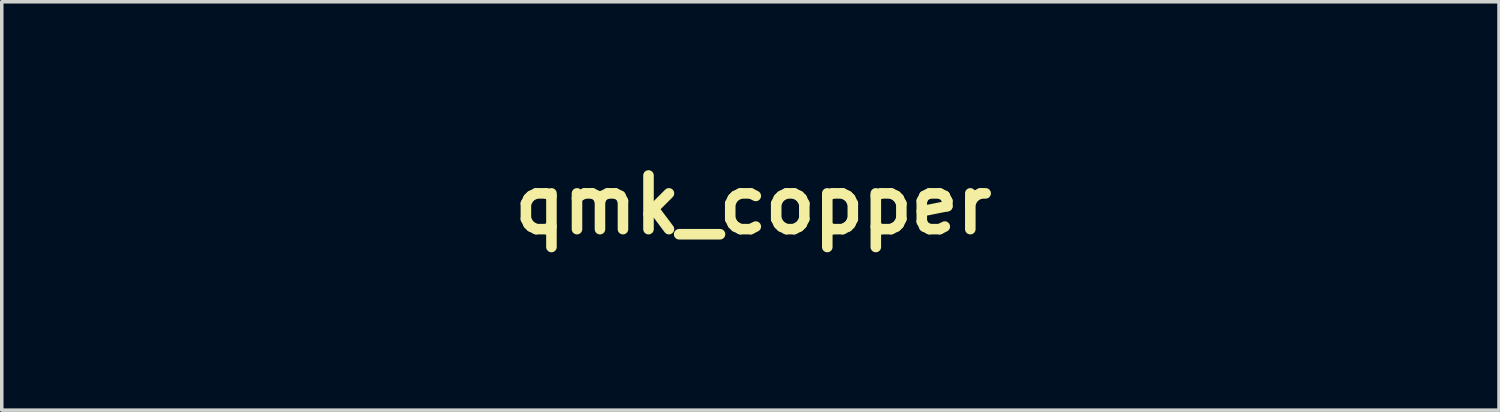
<source format=kicad_pcb>
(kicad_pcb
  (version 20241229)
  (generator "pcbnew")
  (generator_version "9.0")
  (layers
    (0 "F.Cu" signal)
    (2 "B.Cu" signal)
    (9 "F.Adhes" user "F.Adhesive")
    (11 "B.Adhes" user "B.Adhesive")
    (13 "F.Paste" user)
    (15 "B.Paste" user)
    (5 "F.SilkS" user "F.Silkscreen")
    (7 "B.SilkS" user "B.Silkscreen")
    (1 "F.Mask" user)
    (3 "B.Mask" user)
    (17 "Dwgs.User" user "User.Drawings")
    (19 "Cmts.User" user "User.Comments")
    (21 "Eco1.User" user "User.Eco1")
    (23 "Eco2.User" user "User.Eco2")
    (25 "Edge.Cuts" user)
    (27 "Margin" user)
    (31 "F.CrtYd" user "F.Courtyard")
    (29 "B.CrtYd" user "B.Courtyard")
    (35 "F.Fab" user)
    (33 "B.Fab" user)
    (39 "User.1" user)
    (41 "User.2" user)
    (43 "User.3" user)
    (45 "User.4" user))
  (footprint "qmk_copper"
    (layer "F.Cu")
    (at 18.352 2.771)
    (property "Reference" "qmk_copper" (at 0 0 0) (layer "F.SilkS") (effects (font (size 1.524 1.524) (thickness 0.3))))
    (attr through_hole)
    (fp_poly (pts (xy -0.665 -0.626) (xy -0.588 -0.592) (xy -0.55 -0.522) (xy -0.54 -0.411) (xy -0.54 -0.253) (xy -0.716 -0.274) (xy -0.855 -0.28) (xy -0.961 -0.254) (xy -1.055 -0.187) (xy -1.153 -0.072) (xy -1.16 -0.062) (xy -1.269 0.086) (xy -1.286 1.349) (xy -1.43 1.359) (xy -1.521 1.36) (xy -1.584 1.352) (xy -1.597 1.346) (xy -1.602 1.309) (xy -1.607 1.217) (xy -1.612 1.078) (xy -1.615 0.899) (xy -1.618 0.688) (xy -1.619 0.454) (xy -1.619 0.358) (xy -1.619 -0.607) (xy -1.468 -0.597) (xy -1.318 -0.587) (xy -1.308 -0.453) (xy -1.298 -0.319) (xy -1.2 -0.431) (xy -1.068 -0.553) (xy -0.929 -0.618) (xy -0.793 -0.635) (xy -0.665 -0.626)) (stroke (width 0.01) (type solid)) (fill yes) (layer "F.Mask"))
    (fp_poly (pts (xy 18.033 -1.317) (xy 18.103 -1.284) (xy 18.129 -1.233) (xy 18.109 -1.189) (xy 18.052 -1.103) (xy 17.963 -0.983) (xy 17.848 -0.835) (xy 17.71 -0.666) (xy 17.671 -0.619) (xy 17.213 -0.07) (xy 17.704 0.588) (xy 17.837 0.767) (xy 17.955 0.932) (xy 18.054 1.075) (xy 18.129 1.189) (xy 18.174 1.266) (xy 18.186 1.297) (xy 18.151 1.332) (xy 18.075 1.354) (xy 17.979 1.363) (xy 17.886 1.356) (xy 17.817 1.332) (xy 17.805 1.323) (xy 17.775 1.285) (xy 17.712 1.204) (xy 17.623 1.087) (xy 17.515 0.941) (xy 17.392 0.775) (xy 17.302 0.652) (xy 16.843 0.027) (xy 16.812 1.349) (xy 16.652 1.359) (xy 16.555 1.36) (xy 16.487 1.353) (xy 16.469 1.346) (xy 16.464 1.31) (xy 16.46 1.218) (xy 16.456 1.075) (xy 16.452 0.89) (xy 16.449 0.668) (xy 16.448 0.417) (xy 16.447 0.144) (xy 16.447 0.026) (xy 16.447 -1.272) (xy 16.534 -1.305) (xy 16.652 -1.321) (xy 16.716 -1.311) (xy 16.812 -1.284) (xy 16.843 -0.119) (xy 17.303 -0.698) (xy 17.449 -0.88) (xy 17.581 -1.037) (xy 17.693 -1.164) (xy 17.778 -1.255) (xy 17.833 -1.302) (xy 17.842 -1.307) (xy 17.94 -1.327) (xy 18.033 -1.317)) (stroke (width 0.01) (type solid)) (fill yes) (layer "F.Mask"))
    (fp_poly (pts (xy -7.958 -0.628) (xy -7.738 -0.601) (xy -7.564 -0.543) (xy -7.423 -0.449) (xy -7.341 -0.363) (xy -7.242 -0.2) (xy -7.174 0.004) (xy -7.137 0.233) (xy -7.135 0.472) (xy -7.169 0.705) (xy -7.187 0.774) (xy -7.271 0.958) (xy -7.401 1.124) (xy -7.561 1.258) (xy -7.738 1.344) (xy -7.748 1.347) (xy -7.929 1.382) (xy -8.127 1.392) (xy -8.31 1.376) (xy -8.378 1.361) (xy -8.578 1.274) (xy -8.738 1.139) (xy -8.859 0.956) (xy -8.94 0.73) (xy -8.98 0.473) (xy -8.977 0.389) (xy -8.604 0.389) (xy -8.584 0.614) (xy -8.526 0.801) (xy -8.433 0.943) (xy -8.306 1.035) (xy -8.287 1.044) (xy -8.182 1.068) (xy -8.048 1.077) (xy -7.918 1.069) (xy -7.832 1.05) (xy -7.706 0.969) (xy -7.606 0.84) (xy -7.537 0.671) (xy -7.503 0.472) (xy -7.505 0.282) (xy -7.538 0.067) (xy -7.596 -0.094) (xy -7.684 -0.209) (xy -7.806 -0.285) (xy -7.906 -0.317) (xy -8.095 -0.336) (xy -8.261 -0.298) (xy -8.398 -0.208) (xy -8.503 -0.07) (xy -8.573 0.113) (xy -8.603 0.337) (xy -8.604 0.389) (xy -8.977 0.389) (xy -8.972 0.219) (xy -8.918 -0.019) (xy -8.82 -0.23) (xy -8.7 -0.383) (xy -8.549 -0.508) (xy -8.385 -0.587) (xy -8.194 -0.626) (xy -7.961 -0.629) (xy -7.958 -0.628)) (stroke (width 0.01) (type solid)) (fill yes) (layer "F.Mask"))
    (fp_poly (pts (xy 5.281 -1.494) (xy 5.366 -1.462) (xy 5.366 -0.373) (xy 5.477 -0.458) (xy 5.66 -0.57) (xy 5.847 -0.626) (xy 5.969 -0.635) (xy 6.181 -0.608) (xy 6.359 -0.529) (xy 6.502 -0.398) (xy 6.608 -0.218) (xy 6.676 0.01) (xy 6.706 0.283) (xy 6.707 0.352) (xy 6.686 0.645) (xy 6.624 0.891) (xy 6.521 1.089) (xy 6.377 1.24) (xy 6.245 1.32) (xy 6.046 1.383) (xy 5.848 1.391) (xy 5.665 1.345) (xy 5.637 1.332) (xy 5.534 1.271) (xy 5.44 1.2) (xy 5.425 1.186) (xy 5.338 1.103) (xy 5.328 1.226) (xy 5.319 1.301) (xy 5.296 1.338) (xy 5.242 1.353) (xy 5.167 1.359) (xy 5.016 1.369) (xy 5.016 0.749) (xy 5.366 0.749) (xy 5.501 0.881) (xy 5.656 1.006) (xy 5.804 1.07) (xy 5.948 1.073) (xy 6.09 1.015) (xy 6.199 0.917) (xy 6.274 0.775) (xy 6.317 0.584) (xy 6.329 0.365) (xy 6.318 0.155) (xy 6.286 -0.008) (xy 6.228 -0.136) (xy 6.147 -0.238) (xy 6.037 -0.306) (xy 5.904 -0.323) (xy 5.757 -0.292) (xy 5.608 -0.216) (xy 5.467 -0.096) (xy 5.444 -0.071) (xy 5.411 -0.029) (xy 5.389 0.016) (xy 5.376 0.079) (xy 5.369 0.172) (xy 5.367 0.309) (xy 5.367 0.382) (xy 5.366 0.749) (xy 5.016 0.749) (xy 5.016 -1.487) (xy 5.106 -1.507) (xy 5.205 -1.51) (xy 5.281 -1.494)) (stroke (width 0.01) (type solid)) (fill yes) (layer "F.Mask"))
    (fp_poly (pts (xy -10.239 -1.3) (xy -10.076 -1.292) (xy -9.931 -1.279) (xy -9.817 -1.261) (xy -9.784 -1.253) (xy -9.584 -1.164) (xy -9.429 -1.032) (xy -9.322 -0.86) (xy -9.265 -0.652) (xy -9.257 -0.522) (xy -9.284 -0.28) (xy -9.361 -0.074) (xy -9.488 0.093) (xy -9.661 0.22) (xy -9.88 0.304) (xy -10.142 0.345) (xy -10.261 0.349) (xy -10.509 0.349) (xy -10.509 0.819) (xy -10.512 1.034) (xy -10.519 1.188) (xy -10.531 1.285) (xy -10.547 1.327) (xy -10.6 1.35) (xy -10.686 1.363) (xy -10.778 1.365) (xy -10.85 1.354) (xy -10.869 1.344) (xy -10.874 1.309) (xy -10.878 1.217) (xy -10.882 1.075) (xy -10.885 0.89) (xy -10.888 0.669) (xy -10.889 0.419) (xy -10.89 0.147) (xy -10.89 0.049) (xy -10.89 -0.294) (xy -10.888 -0.577) (xy -10.885 -0.806) (xy -10.881 -0.983) (xy -10.881 -0.984) (xy -10.509 -0.984) (xy -10.509 0.032) (xy -10.263 0.032) (xy -10.086 0.023) (xy -9.958 -0.003) (xy -9.908 -0.024) (xy -9.785 -0.109) (xy -9.707 -0.221) (xy -9.667 -0.373) (xy -9.66 -0.453) (xy -9.667 -0.64) (xy -9.716 -0.783) (xy -9.809 -0.886) (xy -9.95 -0.951) (xy -10.142 -0.981) (xy -10.247 -0.984) (xy -10.509 -0.984) (xy -10.881 -0.984) (xy -10.875 -1.114) (xy -10.868 -1.201) (xy -10.859 -1.251) (xy -10.852 -1.264) (xy -10.802 -1.282) (xy -10.702 -1.294) (xy -10.565 -1.302) (xy -10.407 -1.304) (xy -10.239 -1.3)) (stroke (width 0.01) (type solid)) (fill yes) (layer "F.Mask"))
    (fp_poly (pts (xy 3.289 -1.486) (xy 3.445 -1.476) (xy 3.445 1.349) (xy 3.159 1.349) (xy 3.143 1.211) (xy 3.127 1.072) (xy 3.064 1.143) (xy 2.919 1.261) (xy 2.74 1.343) (xy 2.545 1.385) (xy 2.354 1.381) (xy 2.242 1.352) (xy 2.067 1.255) (xy 1.93 1.107) (xy 1.831 0.909) (xy 1.771 0.665) (xy 1.754 0.492) (xy 1.755 0.381) (xy 2.128 0.381) (xy 2.137 0.591) (xy 2.169 0.753) (xy 2.226 0.88) (xy 2.302 0.975) (xy 2.426 1.059) (xy 2.567 1.084) (xy 2.716 1.05) (xy 2.807 1) (xy 2.915 0.923) (xy 2.989 0.855) (xy 3.037 0.78) (xy 3.064 0.685) (xy 3.076 0.556) (xy 3.079 0.379) (xy 3.079 0.364) (xy 3.08 -0.019) (xy 2.961 -0.133) (xy 2.848 -0.231) (xy 2.752 -0.287) (xy 2.649 -0.313) (xy 2.554 -0.318) (xy 2.453 -0.311) (xy 2.381 -0.281) (xy 2.307 -0.214) (xy 2.299 -0.205) (xy 2.218 -0.1) (xy 2.165 0.022) (xy 2.137 0.174) (xy 2.128 0.373) (xy 2.128 0.381) (xy 1.755 0.381) (xy 1.758 0.197) (xy 1.804 -0.057) (xy 1.889 -0.268) (xy 2.012 -0.433) (xy 2.17 -0.551) (xy 2.362 -0.617) (xy 2.586 -0.629) (xy 2.587 -0.629) (xy 2.721 -0.614) (xy 2.822 -0.583) (xy 2.921 -0.526) (xy 2.936 -0.515) (xy 3.08 -0.414) (xy 3.08 -0.913) (xy 3.082 -1.087) (xy 3.087 -1.241) (xy 3.093 -1.361) (xy 3.102 -1.436) (xy 3.107 -1.455) (xy 3.161 -1.482) (xy 3.273 -1.487) (xy 3.289 -1.486)) (stroke (width 0.01) (type solid)) (fill yes) (layer "F.Mask"))
    (fp_poly (pts (xy 8.637 -0.6) (xy 8.684 -0.586) (xy 8.699 -0.554) (xy 8.7 -0.539) (xy 8.689 -0.496) (xy 8.659 -0.401) (xy 8.613 -0.263) (xy 8.553 -0.087) (xy 8.482 0.117) (xy 8.403 0.342) (xy 8.319 0.58) (xy 8.231 0.824) (xy 8.144 1.066) (xy 8.06 1.298) (xy 7.981 1.513) (xy 7.911 1.702) (xy 7.852 1.859) (xy 7.807 1.975) (xy 7.778 2.042) (xy 7.771 2.056) (xy 7.723 2.079) (xy 7.639 2.092) (xy 7.543 2.094) (xy 7.461 2.086) (xy 7.415 2.066) (xy 7.414 2.065) (xy 7.417 2.024) (xy 7.441 1.938) (xy 7.48 1.821) (xy 7.522 1.711) (xy 7.648 1.388) (xy 7.301 0.456) (xy 7.215 0.224) (xy 7.137 0.009) (xy 7.069 -0.181) (xy 7.015 -0.339) (xy 6.976 -0.456) (xy 6.956 -0.526) (xy 6.953 -0.539) (xy 6.961 -0.577) (xy 6.994 -0.596) (xy 7.068 -0.603) (xy 7.124 -0.603) (xy 7.232 -0.598) (xy 7.292 -0.58) (xy 7.318 -0.548) (xy 7.335 -0.502) (xy 7.37 -0.407) (xy 7.419 -0.27) (xy 7.479 -0.102) (xy 7.547 0.087) (xy 7.576 0.171) (xy 7.646 0.365) (xy 7.709 0.54) (xy 7.762 0.686) (xy 7.803 0.795) (xy 7.827 0.856) (xy 7.832 0.866) (xy 7.847 0.846) (xy 7.879 0.774) (xy 7.926 0.658) (xy 7.984 0.504) (xy 8.049 0.322) (xy 8.099 0.18) (xy 8.169 -0.023) (xy 8.233 -0.206) (xy 8.288 -0.361) (xy 8.33 -0.48) (xy 8.358 -0.552) (xy 8.366 -0.571) (xy 8.407 -0.59) (xy 8.489 -0.601) (xy 8.543 -0.603) (xy 8.637 -0.6)) (stroke (width 0.01) (type solid)) (fill yes) (layer "F.Mask"))
    (fp_poly (pts (xy 0.629 -0.63) (xy 0.853 -0.59) (xy 1.038 -0.5) (xy 1.184 -0.362) (xy 1.288 -0.179) (xy 1.347 0.048) (xy 1.356 0.124) (xy 1.364 0.227) (xy 1.365 0.305) (xy 1.351 0.362) (xy 1.315 0.401) (xy 1.249 0.425) (xy 1.147 0.438) (xy 1 0.444) (xy 0.801 0.445) (xy 0.658 0.445) (xy 0.023 0.445) (xy 0.042 0.605) (xy 0.087 0.792) (xy 0.173 0.932) (xy 0.301 1.026) (xy 0.475 1.077) (xy 0.633 1.086) (xy 0.784 1.074) (xy 0.947 1.046) (xy 1.038 1.022) (xy 1.165 0.989) (xy 1.245 0.987) (xy 1.288 1.019) (xy 1.302 1.089) (xy 1.302 1.102) (xy 1.277 1.189) (xy 1.201 1.259) (xy 1.069 1.316) (xy 0.957 1.346) (xy 0.675 1.39) (xy 0.427 1.384) (xy 0.237 1.34) (xy 0.043 1.254) (xy -0.102 1.143) (xy -0.208 0.995) (xy -0.286 0.799) (xy -0.3 0.746) (xy -0.342 0.488) (xy -0.336 0.224) (xy -0.322 0.151) (xy 0.032 0.151) (xy 0.048 0.167) (xy 0.101 0.178) (xy 0.197 0.185) (xy 0.344 0.189) (xy 0.527 0.191) (xy 1.023 0.191) (xy 1.001 0.073) (xy 0.945 -0.109) (xy 0.855 -0.238) (xy 0.728 -0.315) (xy 0.564 -0.343) (xy 0.5 -0.341) (xy 0.384 -0.328) (xy 0.304 -0.3) (xy 0.23 -0.245) (xy 0.206 -0.222) (xy 0.113 -0.102) (xy 0.051 0.037) (xy 0.032 0.151) (xy -0.322 0.151) (xy -0.287 -0.026) (xy -0.22 -0.195) (xy -0.132 -0.321) (xy -0.007 -0.443) (xy 0.134 -0.543) (xy 0.268 -0.603) (xy 0.376 -0.622) (xy 0.515 -0.631) (xy 0.629 -0.63)) (stroke (width 0.01) (type solid)) (fill yes) (layer "F.Mask"))
    (fp_poly (pts (xy -2.7 -0.609) (xy -2.501 -0.534) (xy -2.342 -0.411) (xy -2.225 -0.241) (xy -2.172 -0.108) (xy -2.144 0.019) (xy -2.13 0.153) (xy -2.131 0.276) (xy -2.146 0.369) (xy -2.165 0.406) (xy -2.203 0.421) (xy -2.288 0.432) (xy -2.422 0.439) (xy -2.612 0.443) (xy -2.832 0.445) (xy -3.461 0.445) (xy -3.459 0.532) (xy -3.429 0.711) (xy -3.348 0.872) (xy -3.227 0.997) (xy -3.16 1.04) (xy -3.047 1.073) (xy -2.895 1.086) (xy -2.722 1.078) (xy -2.548 1.05) (xy -2.431 1.017) (xy -2.321 0.983) (xy -2.256 0.973) (xy -2.222 0.986) (xy -2.217 0.992) (xy -2.194 1.068) (xy -2.197 1.157) (xy -2.225 1.226) (xy -2.233 1.234) (xy -2.335 1.29) (xy -2.481 1.335) (xy -2.656 1.367) (xy -2.842 1.385) (xy -3.021 1.385) (xy -3.176 1.367) (xy -3.233 1.352) (xy -3.439 1.257) (xy -3.599 1.119) (xy -3.717 0.938) (xy -3.793 0.709) (xy -3.81 0.615) (xy -3.826 0.381) (xy -3.806 0.14) (xy -3.795 0.095) (xy -3.46 0.095) (xy -3.458 0.14) (xy -3.421 0.168) (xy -3.344 0.183) (xy -3.219 0.189) (xy -3.039 0.191) (xy -2.969 0.191) (xy -2.781 0.19) (xy -2.648 0.188) (xy -2.56 0.182) (xy -2.509 0.173) (xy -2.484 0.159) (xy -2.477 0.139) (xy -2.477 0.135) (xy -2.502 -0.013) (xy -2.569 -0.156) (xy -2.635 -0.238) (xy -2.708 -0.295) (xy -2.792 -0.327) (xy -2.912 -0.342) (xy -2.913 -0.342) (xy -3.087 -0.331) (xy -3.226 -0.269) (xy -3.338 -0.151) (xy -3.389 -0.064) (xy -3.435 0.028) (xy -3.46 0.095) (xy -3.795 0.095) (xy -3.752 -0.081) (xy -3.731 -0.138) (xy -3.619 -0.328) (xy -3.463 -0.476) (xy -3.269 -0.577) (xy -3.045 -0.629) (xy -2.937 -0.634) (xy -2.7 -0.609)) (stroke (width 0.01) (type solid)) (fill yes) (layer "F.Mask"))
    (fp_poly (pts (xy 11.417 -1.309) (xy 11.663 -1.238) (xy 11.868 -1.12) (xy 12.032 -0.954) (xy 12.154 -0.739) (xy 12.236 -0.476) (xy 12.277 -0.164) (xy 12.28 -0.119) (xy 12.28 0.192) (xy 12.248 0.456) (xy 12.182 0.684) (xy 12.08 0.884) (xy 12.041 0.942) (xy 11.969 1.042) (xy 12.089 1.136) (xy 12.183 1.202) (xy 12.305 1.275) (xy 12.402 1.328) (xy 12.533 1.407) (xy 12.605 1.488) (xy 12.625 1.579) (xy 12.602 1.673) (xy 12.577 1.721) (xy 12.539 1.74) (xy 12.475 1.73) (xy 12.371 1.693) (xy 12.341 1.681) (xy 12.211 1.617) (xy 12.046 1.517) (xy 11.843 1.377) (xy 11.743 1.305) (xy 11.696 1.281) (xy 11.641 1.283) (xy 11.555 1.312) (xy 11.548 1.315) (xy 11.348 1.369) (xy 11.121 1.39) (xy 10.886 1.379) (xy 10.665 1.336) (xy 10.477 1.263) (xy 10.457 1.252) (xy 10.304 1.138) (xy 10.165 0.987) (xy 10.058 0.822) (xy 10.026 0.749) (xy 9.959 0.503) (xy 9.922 0.226) (xy 9.922 0.166) (xy 10.321 0.166) (xy 10.336 0.358) (xy 10.351 0.449) (xy 10.411 0.634) (xy 10.5 0.798) (xy 10.61 0.922) (xy 10.668 0.963) (xy 10.822 1.025) (xy 11.007 1.055) (xy 11.2 1.054) (xy 11.376 1.02) (xy 11.446 0.992) (xy 11.61 0.878) (xy 11.742 0.718) (xy 11.812 0.576) (xy 11.867 0.375) (xy 11.895 0.145) (xy 11.896 -0.095) (xy 11.873 -0.325) (xy 11.824 -0.528) (xy 11.78 -0.632) (xy 11.66 -0.805) (xy 11.501 -0.926) (xy 11.306 -0.996) (xy 11.106 -1.015) (xy 10.885 -0.99) (xy 10.702 -0.915) (xy 10.552 -0.787) (xy 10.432 -0.603) (xy 10.409 -0.556) (xy 10.367 -0.42) (xy 10.337 -0.242) (xy 10.322 -0.04) (xy 10.321 0.166) (xy 9.922 0.166) (xy 9.918 -0.059) (xy 9.933 -0.226) (xy 9.997 -0.531) (xy 10.102 -0.788) (xy 10.247 -0.995) (xy 10.431 -1.153) (xy 10.656 -1.262) (xy 10.921 -1.321) (xy 11.128 -1.333) (xy 11.417 -1.309)) (stroke (width 0.01) (type solid)) (fill yes) (layer "F.Mask"))
    (fp_poly (pts (xy 15.642 -1.288) (xy 15.719 -1.261) (xy 15.73 -1.252) (xy 15.743 -1.233) (xy 15.753 -1.202) (xy 15.761 -1.152) (xy 15.767 -1.077) (xy 15.771 -0.971) (xy 15.774 -0.829) (xy 15.775 -0.645) (xy 15.775 -0.413) (xy 15.773 -0.126) (xy 15.772 0.074) (xy 15.764 1.349) (xy 15.415 1.349) (xy 15.383 -0.926) (xy 14.941 0.18) (xy 14.841 0.431) (xy 14.747 0.664) (xy 14.662 0.872) (xy 14.589 1.049) (xy 14.53 1.188) (xy 14.49 1.282) (xy 14.47 1.325) (xy 14.469 1.326) (xy 14.42 1.35) (xy 14.335 1.364) (xy 14.303 1.365) (xy 14.213 1.357) (xy 14.149 1.335) (xy 14.138 1.326) (xy 14.12 1.288) (xy 14.083 1.197) (xy 14.028 1.061) (xy 13.958 0.886) (xy 13.877 0.679) (xy 13.786 0.447) (xy 13.69 0.196) (xy 13.682 0.176) (xy 13.256 -0.934) (xy 13.224 1.349) (xy 13.081 1.359) (xy 12.978 1.356) (xy 12.908 1.336) (xy 12.898 1.329) (xy 12.887 1.287) (xy 12.878 1.19) (xy 12.871 1.046) (xy 12.865 0.865) (xy 12.86 0.654) (xy 12.857 0.422) (xy 12.856 0.177) (xy 12.856 -0.071) (xy 12.858 -0.315) (xy 12.862 -0.546) (xy 12.867 -0.756) (xy 12.873 -0.936) (xy 12.882 -1.077) (xy 12.891 -1.171) (xy 12.9 -1.206) (xy 12.928 -1.249) (xy 12.969 -1.275) (xy 13.04 -1.288) (xy 13.156 -1.295) (xy 13.305 -1.295) (xy 13.405 -1.277) (xy 13.447 -1.256) (xy 13.475 -1.226) (xy 13.514 -1.161) (xy 13.564 -1.059) (xy 13.628 -0.915) (xy 13.709 -0.724) (xy 13.807 -0.482) (xy 13.91 -0.223) (xy 14.004 0.012) (xy 14.09 0.226) (xy 14.167 0.414) (xy 14.231 0.568) (xy 14.28 0.682) (xy 14.311 0.748) (xy 14.32 0.762) (xy 14.337 0.734) (xy 14.374 0.653) (xy 14.43 0.528) (xy 14.501 0.364) (xy 14.584 0.169) (xy 14.676 -0.052) (xy 14.747 -0.224) (xy 14.874 -0.527) (xy 14.983 -0.78) (xy 15.073 -0.982) (xy 15.144 -1.13) (xy 15.194 -1.223) (xy 15.22 -1.256) (xy 15.297 -1.285) (xy 15.408 -1.301) (xy 15.531 -1.301) (xy 15.642 -1.288)) (stroke (width 0.01) (type solid)) (fill yes) (layer "F.Mask"))
    (fp_poly (pts (xy -6.434 -0.341) (xy -6.386 -0.18) (xy -6.333 -0.003) (xy -6.288 0.153) (xy -6.287 0.159) (xy -6.243 0.31) (xy -6.191 0.486) (xy -6.141 0.651) (xy -6.137 0.667) (xy -6.055 0.937) (xy -5.857 0.201) (xy -5.801 -0.006) (xy -5.749 -0.194) (xy -5.704 -0.353) (xy -5.668 -0.474) (xy -5.645 -0.549) (xy -5.637 -0.569) (xy -5.596 -0.589) (xy -5.513 -0.601) (xy -5.461 -0.603) (xy -5.367 -0.6) (xy -5.316 -0.584) (xy -5.29 -0.544) (xy -5.277 -0.5) (xy -5.217 -0.29) (xy -5.155 -0.074) (xy -5.093 0.14) (xy -5.033 0.343) (xy -4.978 0.526) (xy -4.93 0.68) (xy -4.893 0.798) (xy -4.868 0.87) (xy -4.859 0.889) (xy -4.845 0.86) (xy -4.817 0.779) (xy -4.779 0.657) (xy -4.732 0.502) (xy -4.686 0.341) (xy -4.63 0.147) (xy -4.576 -0.041) (xy -4.527 -0.208) (xy -4.489 -0.34) (xy -4.47 -0.405) (xy -4.41 -0.603) (xy -4.255 -0.603) (xy -4.161 -0.597) (xy -4.095 -0.582) (xy -4.08 -0.572) (xy -4.085 -0.536) (xy -4.106 -0.45) (xy -4.141 -0.32) (xy -4.187 -0.158) (xy -4.241 0.029) (xy -4.3 0.231) (xy -4.362 0.439) (xy -4.425 0.644) (xy -4.484 0.837) (xy -4.538 1.009) (xy -4.585 1.151) (xy -4.62 1.253) (xy -4.636 1.294) (xy -4.661 1.334) (xy -4.704 1.356) (xy -4.782 1.364) (xy -4.853 1.365) (xy -4.97 1.358) (xy -5.05 1.34) (xy -5.073 1.326) (xy -5.091 1.284) (xy -5.124 1.192) (xy -5.168 1.057) (xy -5.219 0.89) (xy -5.276 0.7) (xy -5.295 0.635) (xy -5.485 -0.016) (xy -5.523 0.127) (xy -5.611 0.455) (xy -5.684 0.726) (xy -5.743 0.942) (xy -5.788 1.107) (xy -5.822 1.225) (xy -5.845 1.299) (xy -5.857 1.332) (xy -5.858 1.334) (xy -5.901 1.353) (xy -5.985 1.364) (xy -6.087 1.364) (xy -6.185 1.356) (xy -6.258 1.339) (xy -6.28 1.326) (xy -6.298 1.285) (xy -6.331 1.193) (xy -6.376 1.059) (xy -6.43 0.892) (xy -6.491 0.702) (xy -6.555 0.497) (xy -6.62 0.288) (xy -6.682 0.083) (xy -6.74 -0.108) (xy -6.789 -0.276) (xy -6.827 -0.41) (xy -6.851 -0.503) (xy -6.858 -0.543) (xy -6.849 -0.578) (xy -6.814 -0.596) (xy -6.736 -0.603) (xy -6.685 -0.603) (xy -6.513 -0.603) (xy -6.434 -0.341)) (stroke (width 0.01) (type solid)) (fill yes) (layer "F.Mask"))
    (fp_poly (pts (xy -16.2 -2.756) (xy -16.05 -2.746) (xy -16.04 -2.469) (xy -16.031 -2.191) (xy -15.719 -2.191) (xy -15.71 -2.469) (xy -15.7 -2.746) (xy -15.415 -2.746) (xy -15.405 -2.469) (xy -15.396 -2.191) (xy -15.084 -2.191) (xy -15.075 -2.469) (xy -15.065 -2.746) (xy -14.926 -2.756) (xy -14.817 -2.753) (xy -14.761 -2.727) (xy -14.759 -2.725) (xy -14.747 -2.674) (xy -14.737 -2.579) (xy -14.733 -2.459) (xy -14.732 -2.437) (xy -14.732 -2.191) (xy -14.417 -2.191) (xy -14.408 -2.469) (xy -14.399 -2.746) (xy -14.113 -2.746) (xy -14.104 -2.469) (xy -14.095 -2.191) (xy -13.958 -2.191) (xy -13.778 -2.161) (xy -13.616 -2.078) (xy -13.482 -1.952) (xy -13.387 -1.792) (xy -13.342 -1.609) (xy -13.342 -1.606) (xy -13.327 -1.431) (xy -12.779 -1.413) (xy -12.769 -1.273) (xy -12.772 -1.165) (xy -12.799 -1.108) (xy -12.801 -1.107) (xy -12.851 -1.094) (xy -12.946 -1.085) (xy -13.067 -1.08) (xy -13.089 -1.08) (xy -13.335 -1.079) (xy -13.335 -0.794) (xy -13.089 -0.793) (xy -12.966 -0.79) (xy -12.865 -0.781) (xy -12.806 -0.769) (xy -12.801 -0.766) (xy -12.773 -0.713) (xy -12.769 -0.607) (xy -12.769 -0.6) (xy -12.779 -0.46) (xy -13.057 -0.451) (xy -13.335 -0.442) (xy -13.335 -0.129) (xy -12.779 -0.111) (xy -12.779 0.175) (xy -13.057 0.184) (xy -13.335 0.193) (xy -13.335 0.506) (xy -13.057 0.515) (xy -12.779 0.524) (xy -12.769 0.664) (xy -12.772 0.772) (xy -12.799 0.828) (xy -12.801 0.83) (xy -12.851 0.843) (xy -12.946 0.852) (xy -13.067 0.857) (xy -13.091 0.857) (xy -13.338 0.857) (xy -13.329 1.008) (xy -13.319 1.159) (xy -13.04 1.168) (xy -12.76 1.177) (xy -12.77 1.327) (xy -12.779 1.476) (xy -13.053 1.485) (xy -13.327 1.495) (xy -13.342 1.669) (xy -13.386 1.852) (xy -13.48 2.012) (xy -13.613 2.139) (xy -13.774 2.223) (xy -13.954 2.254) (xy -13.958 2.254) (xy -14.095 2.254) (xy -14.104 2.532) (xy -14.113 2.81) (xy -14.264 2.82) (xy -14.415 2.829) (xy -14.415 2.254) (xy -14.732 2.254) (xy -14.732 2.5) (xy -14.736 2.623) (xy -14.745 2.724) (xy -14.757 2.783) (xy -14.759 2.788) (xy -14.813 2.816) (xy -14.919 2.82) (xy -14.926 2.82) (xy -15.065 2.81) (xy -15.075 2.532) (xy -15.084 2.254) (xy -15.396 2.254) (xy -15.405 2.532) (xy -15.415 2.81) (xy -15.7 2.81) (xy -15.71 2.532) (xy -15.719 2.254) (xy -16.031 2.254) (xy -16.04 2.532) (xy -16.05 2.81) (xy -16.2 2.82) (xy -16.351 2.829) (xy -16.351 2.254) (xy -16.669 2.254) (xy -16.669 2.49) (xy -16.671 2.639) (xy -16.681 2.736) (xy -16.705 2.792) (xy -16.748 2.818) (xy -16.816 2.826) (xy -16.841 2.826) (xy -16.929 2.821) (xy -16.988 2.81) (xy -16.997 2.805) (xy -17.007 2.765) (xy -17.014 2.678) (xy -17.018 2.561) (xy -17.018 2.523) (xy -17.018 2.262) (xy -17.186 2.248) (xy -17.375 2.203) (xy -17.538 2.106) (xy -17.666 1.966) (xy -17.748 1.794) (xy -17.774 1.661) (xy -17.788 1.495) (xy -18.062 1.485) (xy -18.336 1.476) (xy -18.336 1.191) (xy -18.058 1.181) (xy -17.78 1.172) (xy -17.78 0.857) (xy -18.026 0.857) (xy -18.149 0.853) (xy -18.25 0.844) (xy -18.309 0.832) (xy -18.314 0.83) (xy -18.342 0.776) (xy -18.346 0.67) (xy -18.346 0.664) (xy -18.336 0.524) (xy -18.058 0.515) (xy -17.78 0.506) (xy -17.78 0.193) (xy -18.058 0.184) (xy -18.336 0.175) (xy -18.336 -0.111) (xy -18.058 -0.12) (xy -17.78 -0.129) (xy -17.78 -0.442) (xy -18.058 -0.451) (xy -18.336 -0.46) (xy -18.346 -0.6) (xy -18.343 -0.708) (xy -18.316 -0.765) (xy -18.314 -0.766) (xy -18.264 -0.779) (xy -18.169 -0.789) (xy -18.048 -0.793) (xy -18.026 -0.793) (xy -17.78 -0.794) (xy -17.78 -0.875) (xy -16.826 -0.875) (xy -16.824 -0.659) (xy -16.823 -0.559) (xy -16.81 0.088) (xy -16.7 0.306) (xy -16.58 0.493) (xy -16.431 0.633) (xy -16.246 0.733) (xy -16.015 0.796) (xy -15.883 0.815) (xy -15.716 0.834) (xy -15.716 1.097) (xy -15.712 1.248) (xy -15.699 1.34) (xy -15.677 1.376) (xy -15.572 1.394) (xy -15.461 1.378) (xy -15.428 1.364) (xy -15.397 1.339) (xy -15.378 1.294) (xy -15.369 1.217) (xy -15.367 1.091) (xy -15.367 1.082) (xy -15.367 0.833) (xy -15.197 0.812) (xy -14.97 0.757) (xy -14.758 0.656) (xy -14.576 0.519) (xy -14.437 0.353) (xy -14.403 0.293) (xy -14.361 0.189) (xy -14.329 0.056) (xy -14.307 -0.112) (xy -14.294 -0.324) (xy -14.288 -0.589) (xy -14.287 -0.697) (xy -14.288 -0.906) (xy -14.29 -1.061) (xy -14.298 -1.169) (xy -14.312 -1.239) (xy -14.336 -1.278) (xy -14.371 -1.296) (xy -14.421 -1.302) (xy -14.462 -1.302) (xy -14.522 -1.301) (xy -14.566 -1.293) (xy -14.597 -1.269) (xy -14.617 -1.221) (xy -14.629 -1.141) (xy -14.635 -1.021) (xy -14.637 -0.853) (xy -14.637 -0.671) (xy -14.639 -0.475) (xy -14.643 -0.294) (xy -14.651 -0.139) (xy -14.66 -0.024) (xy -14.669 0.035) (xy -14.752 0.222) (xy -14.882 0.37) (xy -15.055 0.473) (xy -15.232 0.523) (xy -15.367 0.545) (xy -15.367 -0.34) (xy -15.367 -0.612) (xy -15.369 -0.827) (xy -15.373 -0.992) (xy -15.38 -1.114) (xy -15.392 -1.198) (xy -15.41 -1.253) (xy -15.435 -1.284) (xy -15.467 -1.298) (xy -15.509 -1.302) (xy -15.53 -1.302) (xy -15.583 -1.302) (xy -15.625 -1.298) (xy -15.657 -1.284) (xy -15.681 -1.253) (xy -15.697 -1.197) (xy -15.707 -1.111) (xy -15.713 -0.987) (xy -15.716 -0.82) (xy -15.716 -0.601) (xy -15.716 -0.358) (xy -15.716 0.548) (xy -15.851 0.527) (xy -16.065 0.467) (xy -16.238 0.36) (xy -16.366 0.21) (xy -16.367 0.209) (xy -16.462 0.053) (xy -16.473 -0.601) (xy -16.479 -0.853) (xy -16.487 -1.045) (xy -16.497 -1.178) (xy -16.51 -1.255) (xy -16.521 -1.277) (xy -16.595 -1.299) (xy -16.687 -1.297) (xy -16.768 -1.275) (xy -16.796 -1.254) (xy -16.81 -1.219) (xy -16.819 -1.148) (xy -16.825 -1.036) (xy -16.826 -0.875) (xy -17.78 -0.875) (xy -17.78 -1.079) (xy -18.012 -1.079) (xy -18.167 -1.085) (xy -18.268 -1.107) (xy -18.325 -1.149) (xy -18.347 -1.218) (xy -18.346 -1.287) (xy -18.336 -1.413) (xy -18.062 -1.422) (xy -17.789 -1.431) (xy -17.771 -1.603) (xy -17.722 -1.795) (xy -17.622 -1.959) (xy -17.481 -2.084) (xy -17.307 -2.163) (xy -17.187 -2.185) (xy -17.02 -2.198) (xy -17.011 -2.472) (xy -17.002 -2.746) (xy -16.862 -2.756) (xy -16.754 -2.753) (xy -16.698 -2.727) (xy -16.696 -2.725) (xy -16.683 -2.674) (xy -16.674 -2.579) (xy -16.669 -2.459) (xy -16.669 -2.437) (xy -16.669 -2.191) (xy -16.351 -2.191) (xy -16.351 -2.766) (xy -16.2 -2.756)) (stroke (width 0.01) (type solid)) (fill yes) (layer "F.Mask")))
  (gr_rect
    (start -3 -3)
    (end 39.543 8.605)
    (stroke (width 0.1) (type default))
    (fill no)
    (layer "Edge.Cuts")))
</source>
